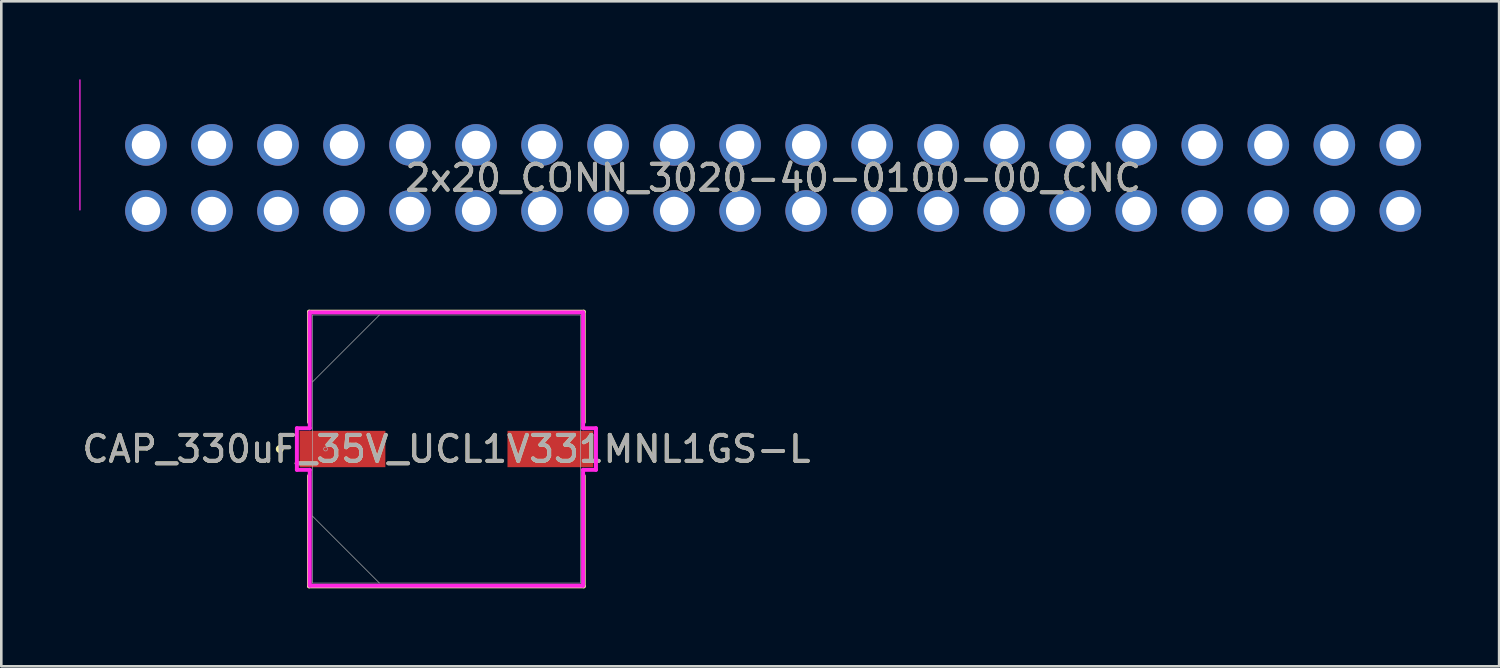
<source format=kicad_pcb>
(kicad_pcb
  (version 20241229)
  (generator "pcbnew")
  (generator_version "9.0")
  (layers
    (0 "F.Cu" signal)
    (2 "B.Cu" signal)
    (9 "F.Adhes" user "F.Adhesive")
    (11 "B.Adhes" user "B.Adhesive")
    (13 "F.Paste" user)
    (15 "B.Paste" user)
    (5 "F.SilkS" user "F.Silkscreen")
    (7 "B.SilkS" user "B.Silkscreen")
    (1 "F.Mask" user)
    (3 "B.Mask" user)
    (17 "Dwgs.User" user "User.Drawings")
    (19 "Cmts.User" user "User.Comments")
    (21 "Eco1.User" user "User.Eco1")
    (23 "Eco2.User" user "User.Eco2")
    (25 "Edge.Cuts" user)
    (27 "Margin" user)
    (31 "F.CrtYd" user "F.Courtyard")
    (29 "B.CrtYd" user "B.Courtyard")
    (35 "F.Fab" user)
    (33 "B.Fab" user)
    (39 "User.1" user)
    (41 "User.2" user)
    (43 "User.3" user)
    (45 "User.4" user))
  (footprint "CAP_330uF_35V_UCL1V331MNL1GS-L"
    (layer "F.Cu")
    (at 14.125 14.225)
    (property "Reference" "CAP_330uF_35V_UCL1V331MNL1GS-L" (at 0 0 0) (unlocked yes) (layer "F.SilkS") (effects (font (size 1 1) (thickness 0.15))))
    (attr smd)
    (fp_line (start -5.283 -5.283) (end -5.283 -1.031) (stroke (width 0.152) (type solid)) (layer "F.SilkS"))
    (fp_line (start -5.283 1.031) (end -5.283 5.283) (stroke (width 0.152) (type solid)) (layer "F.SilkS"))
    (fp_line (start -5.283 5.283) (end 5.283 5.283) (stroke (width 0.152) (type solid)) (layer "F.SilkS"))
    (fp_line (start 5.283 -5.283) (end -5.283 -5.283) (stroke (width 0.152) (type solid)) (layer "F.SilkS"))
    (fp_line (start 5.283 -1.031) (end 5.283 -5.283) (stroke (width 0.152) (type solid)) (layer "F.SilkS"))
    (fp_line (start 5.283 5.283) (end 5.283 1.031) (stroke (width 0.152) (type solid)) (layer "F.SilkS"))
    (fp_circle (center -6.413 0) (end -6.337 0) (stroke (width 0.152) (type solid)) (fill no) (layer "F.SilkS"))
    (fp_line (start -5.753 -0.8) (end -5.258 -0.8) (stroke (width 0.152) (type solid)) (layer "F.CrtYd"))
    (fp_line (start -5.753 0.8) (end -5.753 -0.8) (stroke (width 0.152) (type solid)) (layer "F.CrtYd"))
    (fp_line (start -5.258 -5.258) (end 5.258 -5.258) (stroke (width 0.152) (type solid)) (layer "F.CrtYd"))
    (fp_line (start -5.258 -0.8) (end -5.258 -5.258) (stroke (width 0.152) (type solid)) (layer "F.CrtYd"))
    (fp_line (start -5.258 0.8) (end -5.753 0.8) (stroke (width 0.152) (type solid)) (layer "F.CrtYd"))
    (fp_line (start -5.258 5.258) (end -5.258 0.8) (stroke (width 0.152) (type solid)) (layer "F.CrtYd"))
    (fp_line (start 5.258 -5.258) (end 5.258 -0.8) (stroke (width 0.152) (type solid)) (layer "F.CrtYd"))
    (fp_line (start 5.258 -0.8) (end 5.753 -0.8) (stroke (width 0.152) (type solid)) (layer "F.CrtYd"))
    (fp_line (start 5.258 0.8) (end 5.258 5.258) (stroke (width 0.152) (type solid)) (layer "F.CrtYd"))
    (fp_line (start 5.258 5.258) (end -5.258 5.258) (stroke (width 0.152) (type solid)) (layer "F.CrtYd"))
    (fp_line (start 5.753 -0.8) (end 5.753 0.8) (stroke (width 0.152) (type solid)) (layer "F.CrtYd"))
    (fp_line (start 5.753 0.8) (end 5.258 0.8) (stroke (width 0.152) (type solid)) (layer "F.CrtYd"))
    (fp_line (start -5.156 -5.156) (end -5.156 5.156) (stroke (width 0.025) (type solid)) (layer "F.Fab"))
    (fp_line (start -5.156 -2.578) (end -2.578 -5.156) (stroke (width 0.025) (type solid)) (layer "F.Fab"))
    (fp_line (start -5.156 2.578) (end -2.578 5.156) (stroke (width 0.025) (type solid)) (layer "F.Fab"))
    (fp_line (start -5.156 5.156) (end 5.156 5.156) (stroke (width 0.025) (type solid)) (layer "F.Fab"))
    (fp_line (start 5.156 -5.156) (end -5.156 -5.156) (stroke (width 0.025) (type solid)) (layer "F.Fab"))
    (fp_line (start 5.156 5.156) (end 5.156 -5.156) (stroke (width 0.025) (type solid)) (layer "F.Fab"))
    (fp_circle (center -4.648 0) (end -4.572 0) (stroke (width 0.025) (type solid)) (fill no) (layer "F.Fab"))
    (fp_text user "${REFERENCE}" (at 0 0 0) (unlocked yes) (layer "F.Fab") (effects (font (size 1 1) (thickness 0.15))))
    (pad "1" smd rect (at -4 0) (size 3.302 1.397) (layers "F.Cu" "F.Mask" "F.Paste"))
    (pad "2" smd rect (at 4 0) (size 3.302 1.397) (layers "F.Cu" "F.Mask" "F.Paste"))
    (zone (net_name "") (layer "F.Cu") (hatch full 0.508) (connect_pads) (min_thickness 0.254) (filled_areas_thickness no) (keepout (tracks not_allowed) (vias not_allowed) (pads allowed) (copperpour not_allowed) (footprints allowed)) (placement (enabled no)) (fill) (polygon (pts (xy 9.02 9.119) (xy 19.23 9.119) (xy 19.23 13.475) (xy 9.02 13.475))))
    (zone (net_name "") (layer "F.Cu") (hatch full 0.508) (connect_pads) (min_thickness 0.254) (filled_areas_thickness no) (keepout (tracks not_allowed) (vias not_allowed) (pads allowed) (copperpour not_allowed) (footprints allowed)) (placement (enabled no)) (fill) (polygon (pts (xy 9.02 14.974) (xy 19.23 14.974) (xy 19.23 19.33) (xy 9.02 19.33))))
    (zone (net_name "") (layer "F.Cu") (hatch full 0.508) (connect_pads) (min_thickness 0.254) (filled_areas_thickness no) (keepout (tracks not_allowed) (vias not_allowed) (pads allowed) (copperpour not_allowed) (footprints allowed)) (placement (enabled no)) (fill) (polygon (pts (xy 11.826 13.475) (xy 16.424 13.475) (xy 16.424 14.974) (xy 11.826 14.974)))))
  (footprint "2x20_CONN_3020-40-0100-00_CNC"
    (layer "F.Cu")
    (at 2.565 5.065)
    (property "Reference" "2x20_CONN_3020-40-0100-00_CNC" (at 24.13 -1.27 0) (unlocked yes) (layer "F.SilkS") (effects (font (size 1 1) (thickness 0.15))))
    (attr through_hole)
    (fp_line (start -2.54 -5.04) (end -2.54 -0.04) (stroke (width 0.05) (type solid)) (layer "F.CrtYd"))
    (fp_text user "${REFERENCE}" (at 24.13 -1.27 0) (unlocked yes) (layer "F.Fab") (effects (font (size 1 1) (thickness 0.15))))
    (pad "1" thru_hole circle (at 0 0) (size 1.6 1.6) (drill 1.092) (layers "*.Cu" "*.Mask"))
    (pad "2" thru_hole circle (at 0 -2.54) (size 1.6 1.6) (drill 1.092) (layers "*.Cu" "*.Mask"))
    (pad "3" thru_hole circle (at 2.54 0) (size 1.6 1.6) (drill 1.092) (layers "*.Cu" "*.Mask"))
    (pad "4" thru_hole circle (at 2.54 -2.54) (size 1.6 1.6) (drill 1.092) (layers "*.Cu" "*.Mask"))
    (pad "5" thru_hole circle (at 5.08 0) (size 1.6 1.6) (drill 1.092) (layers "*.Cu" "*.Mask"))
    (pad "6" thru_hole circle (at 5.08 -2.54) (size 1.6 1.6) (drill 1.092) (layers "*.Cu" "*.Mask"))
    (pad "7" thru_hole circle (at 7.62 0) (size 1.6 1.6) (drill 1.092) (layers "*.Cu" "*.Mask"))
    (pad "8" thru_hole circle (at 7.62 -2.54) (size 1.6 1.6) (drill 1.092) (layers "*.Cu" "*.Mask"))
    (pad "9" thru_hole circle (at 10.16 0) (size 1.6 1.6) (drill 1.092) (layers "*.Cu" "*.Mask"))
    (pad "10" thru_hole circle (at 10.16 -2.54) (size 1.6 1.6) (drill 1.092) (layers "*.Cu" "*.Mask"))
    (pad "11" thru_hole circle (at 12.7 0) (size 1.6 1.6) (drill 1.092) (layers "*.Cu" "*.Mask"))
    (pad "12" thru_hole circle (at 12.7 -2.54) (size 1.6 1.6) (drill 1.092) (layers "*.Cu" "*.Mask"))
    (pad "13" thru_hole circle (at 15.24 0) (size 1.6 1.6) (drill 1.092) (layers "*.Cu" "*.Mask"))
    (pad "14" thru_hole circle (at 15.24 -2.54) (size 1.6 1.6) (drill 1.092) (layers "*.Cu" "*.Mask"))
    (pad "15" thru_hole circle (at 17.78 0) (size 1.6 1.6) (drill 1.092) (layers "*.Cu" "*.Mask"))
    (pad "16" thru_hole circle (at 17.78 -2.54) (size 1.6 1.6) (drill 1.092) (layers "*.Cu" "*.Mask"))
    (pad "17" thru_hole circle (at 20.32 0) (size 1.6 1.6) (drill 1.092) (layers "*.Cu" "*.Mask"))
    (pad "18" thru_hole circle (at 20.32 -2.54) (size 1.6 1.6) (drill 1.092) (layers "*.Cu" "*.Mask"))
    (pad "19" thru_hole circle (at 22.86 0) (size 1.6 1.6) (drill 1.092) (layers "*.Cu" "*.Mask"))
    (pad "20" thru_hole circle (at 22.86 -2.54) (size 1.6 1.6) (drill 1.092) (layers "*.Cu" "*.Mask"))
    (pad "21" thru_hole circle (at 25.4 0) (size 1.6 1.6) (drill 1.092) (layers "*.Cu" "*.Mask"))
    (pad "22" thru_hole circle (at 25.4 -2.54) (size 1.6 1.6) (drill 1.092) (layers "*.Cu" "*.Mask"))
    (pad "23" thru_hole circle (at 27.94 0) (size 1.6 1.6) (drill 1.092) (layers "*.Cu" "*.Mask"))
    (pad "24" thru_hole circle (at 27.94 -2.54) (size 1.6 1.6) (drill 1.092) (layers "*.Cu" "*.Mask"))
    (pad "25" thru_hole circle (at 30.48 0) (size 1.6 1.6) (drill 1.092) (layers "*.Cu" "*.Mask"))
    (pad "26" thru_hole circle (at 30.48 -2.54) (size 1.6 1.6) (drill 1.092) (layers "*.Cu" "*.Mask"))
    (pad "27" thru_hole circle (at 33.02 0) (size 1.6 1.6) (drill 1.092) (layers "*.Cu" "*.Mask"))
    (pad "28" thru_hole circle (at 33.02 -2.54) (size 1.6 1.6) (drill 1.092) (layers "*.Cu" "*.Mask"))
    (pad "29" thru_hole circle (at 35.56 0) (size 1.6 1.6) (drill 1.092) (layers "*.Cu" "*.Mask"))
    (pad "30" thru_hole circle (at 35.56 -2.54) (size 1.6 1.6) (drill 1.092) (layers "*.Cu" "*.Mask"))
    (pad "31" thru_hole circle (at 38.1 0) (size 1.6 1.6) (drill 1.092) (layers "*.Cu" "*.Mask"))
    (pad "32" thru_hole circle (at 38.1 -2.54) (size 1.6 1.6) (drill 1.092) (layers "*.Cu" "*.Mask"))
    (pad "33" thru_hole circle (at 40.64 0) (size 1.6 1.6) (drill 1.092) (layers "*.Cu" "*.Mask"))
    (pad "34" thru_hole circle (at 40.64 -2.54) (size 1.6 1.6) (drill 1.092) (layers "*.Cu" "*.Mask"))
    (pad "35" thru_hole circle (at 43.18 0) (size 1.6 1.6) (drill 1.092) (layers "*.Cu" "*.Mask"))
    (pad "36" thru_hole circle (at 43.18 -2.54) (size 1.6 1.6) (drill 1.092) (layers "*.Cu" "*.Mask"))
    (pad "37" thru_hole circle (at 45.72 0) (size 1.6 1.6) (drill 1.092) (layers "*.Cu" "*.Mask"))
    (pad "38" thru_hole circle (at 45.72 -2.54) (size 1.6 1.6) (drill 1.092) (layers "*.Cu" "*.Mask"))
    (pad "39" thru_hole circle (at 48.26 0) (size 1.6 1.6) (drill 1.092) (layers "*.Cu" "*.Mask"))
    (pad "40" thru_hole circle (at 48.26 -2.54) (size 1.6 1.6) (drill 1.092) (layers "*.Cu" "*.Mask")))
  (gr_rect
    (start -3 -3)
    (end 54.625 22.584)
    (stroke (width 0.1) (type default))
    (fill no)
    (layer "Edge.Cuts")))
</source>
